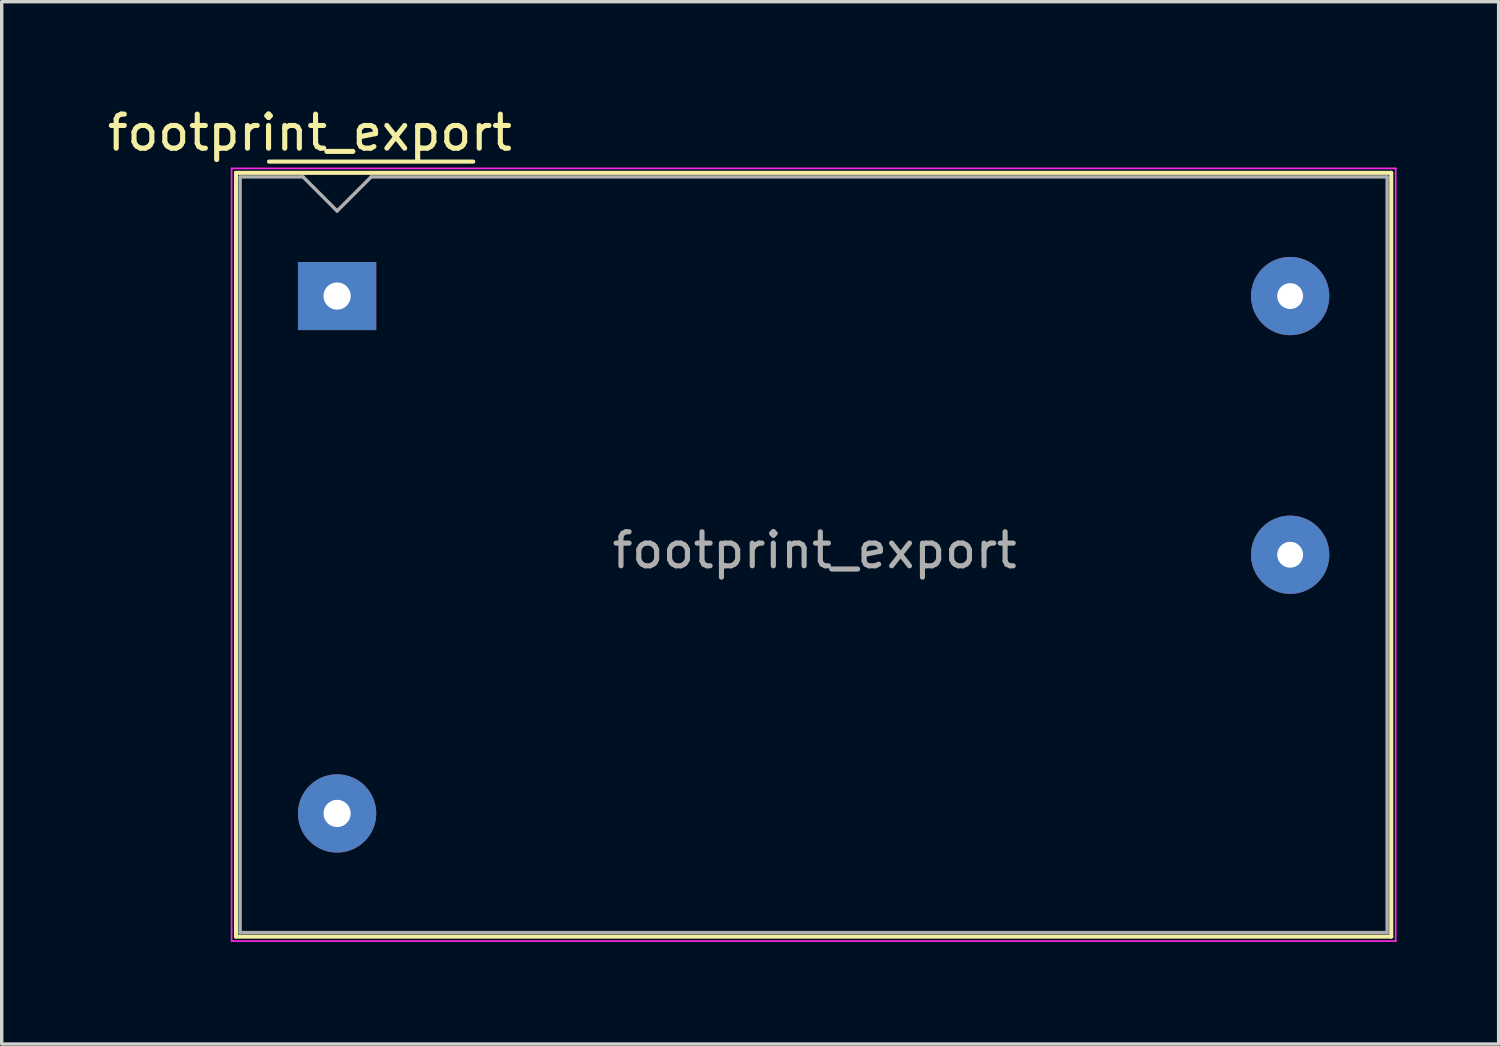
<source format=kicad_pcb>
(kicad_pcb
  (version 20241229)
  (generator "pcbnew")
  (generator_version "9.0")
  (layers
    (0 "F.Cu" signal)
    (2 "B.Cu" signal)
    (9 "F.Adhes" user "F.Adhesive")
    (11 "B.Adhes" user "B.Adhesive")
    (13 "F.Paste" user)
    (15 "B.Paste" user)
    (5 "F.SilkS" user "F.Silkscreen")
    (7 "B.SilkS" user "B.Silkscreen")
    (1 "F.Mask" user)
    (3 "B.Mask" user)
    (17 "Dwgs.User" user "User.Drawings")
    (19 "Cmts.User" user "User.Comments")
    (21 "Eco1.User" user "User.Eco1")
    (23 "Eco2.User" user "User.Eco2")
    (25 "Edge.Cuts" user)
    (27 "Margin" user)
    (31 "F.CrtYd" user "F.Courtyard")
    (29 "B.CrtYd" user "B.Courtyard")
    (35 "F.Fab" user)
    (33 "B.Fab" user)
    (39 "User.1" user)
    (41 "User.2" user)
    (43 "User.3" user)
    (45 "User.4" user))
  (footprint "footprint_export"
    (layer "F.Cu")
    (at 6.854 5.648)
    (property "Reference" "footprint_export" (at -0.8 -4.8 0) (layer "F.SilkS") (effects (font (size 1 1) (thickness 0.15))))
    (attr through_hole)
    (fp_line (start -2.97 -3.62) (end 30.97 -3.62) (stroke (width 0.12) (type solid)) (layer "F.SilkS"))
    (fp_line (start -2.97 18.82) (end -2.97 -3.62) (stroke (width 0.12) (type solid)) (layer "F.SilkS"))
    (fp_line (start -2.97 18.82) (end 30.97 18.82) (stroke (width 0.12) (type solid)) (layer "F.SilkS"))
    (fp_line (start -2 -3.95) (end 4 -3.95) (stroke (width 0.12) (type solid)) (layer "F.SilkS"))
    (fp_line (start 30.97 -3.62) (end 30.97 18.82) (stroke (width 0.12) (type solid)) (layer "F.SilkS"))
    (fp_line (start -3.1 -3.75) (end 31.1 -3.75) (stroke (width 0.05) (type solid)) (layer "F.CrtYd"))
    (fp_line (start -3.1 18.95) (end -3.1 -3.75) (stroke (width 0.05) (type solid)) (layer "F.CrtYd"))
    (fp_line (start -3.1 18.95) (end 31.1 18.95) (stroke (width 0.05) (type solid)) (layer "F.CrtYd"))
    (fp_line (start 31.1 18.95) (end 31.1 -3.75) (stroke (width 0.05) (type solid)) (layer "F.CrtYd"))
    (fp_line (start -2.85 18.7) (end -2.85 -3.5) (stroke (width 0.1) (type solid)) (layer "F.Fab"))
    (fp_line (start -2.85 18.7) (end 30.85 18.7) (stroke (width 0.1) (type solid)) (layer "F.Fab"))
    (fp_line (start -1 -3.5) (end -2.85 -3.5) (stroke (width 0.1) (type solid)) (layer "F.Fab"))
    (fp_line (start 0 -2.5) (end -1 -3.5) (stroke (width 0.1) (type solid)) (layer "F.Fab"))
    (fp_line (start 1 -3.5) (end 0 -2.5) (stroke (width 0.1) (type solid)) (layer "F.Fab"))
    (fp_line (start 1 -3.5) (end 30.85 -3.5) (stroke (width 0.1) (type solid)) (layer "F.Fab"))
    (fp_line (start 30.85 18.7) (end 30.85 -3.5) (stroke (width 0.1) (type solid)) (layer "F.Fab"))
    (fp_text user "${REFERENCE}" (at 14.03 7.47 0) (layer "F.Fab") (effects (font (size 1 1) (thickness 0.15))))
    (pad "1" thru_hole rect (at 0 0) (size 2.3 2) (drill 0.8) (layers "*.Cu" "*.Mask"))
    (pad "2" thru_hole circle (at 0 15.2) (size 2.3 2.3) (drill 0.8) (layers "*.Cu" "*.Mask"))
    (pad "3" thru_hole circle (at 28 0) (size 2.3 2.3) (drill 0.76) (layers "*.Cu" "*.Mask"))
    (pad "4" thru_hole circle (at 28 7.6) (size 2.3 2.3) (drill 0.76) (layers "*.Cu" "*.Mask")))
  (gr_rect
    (start -3 -3)
    (end 40.979 27.623)
    (stroke (width 0.1) (type default))
    (fill no)
    (layer "Edge.Cuts")))
</source>
